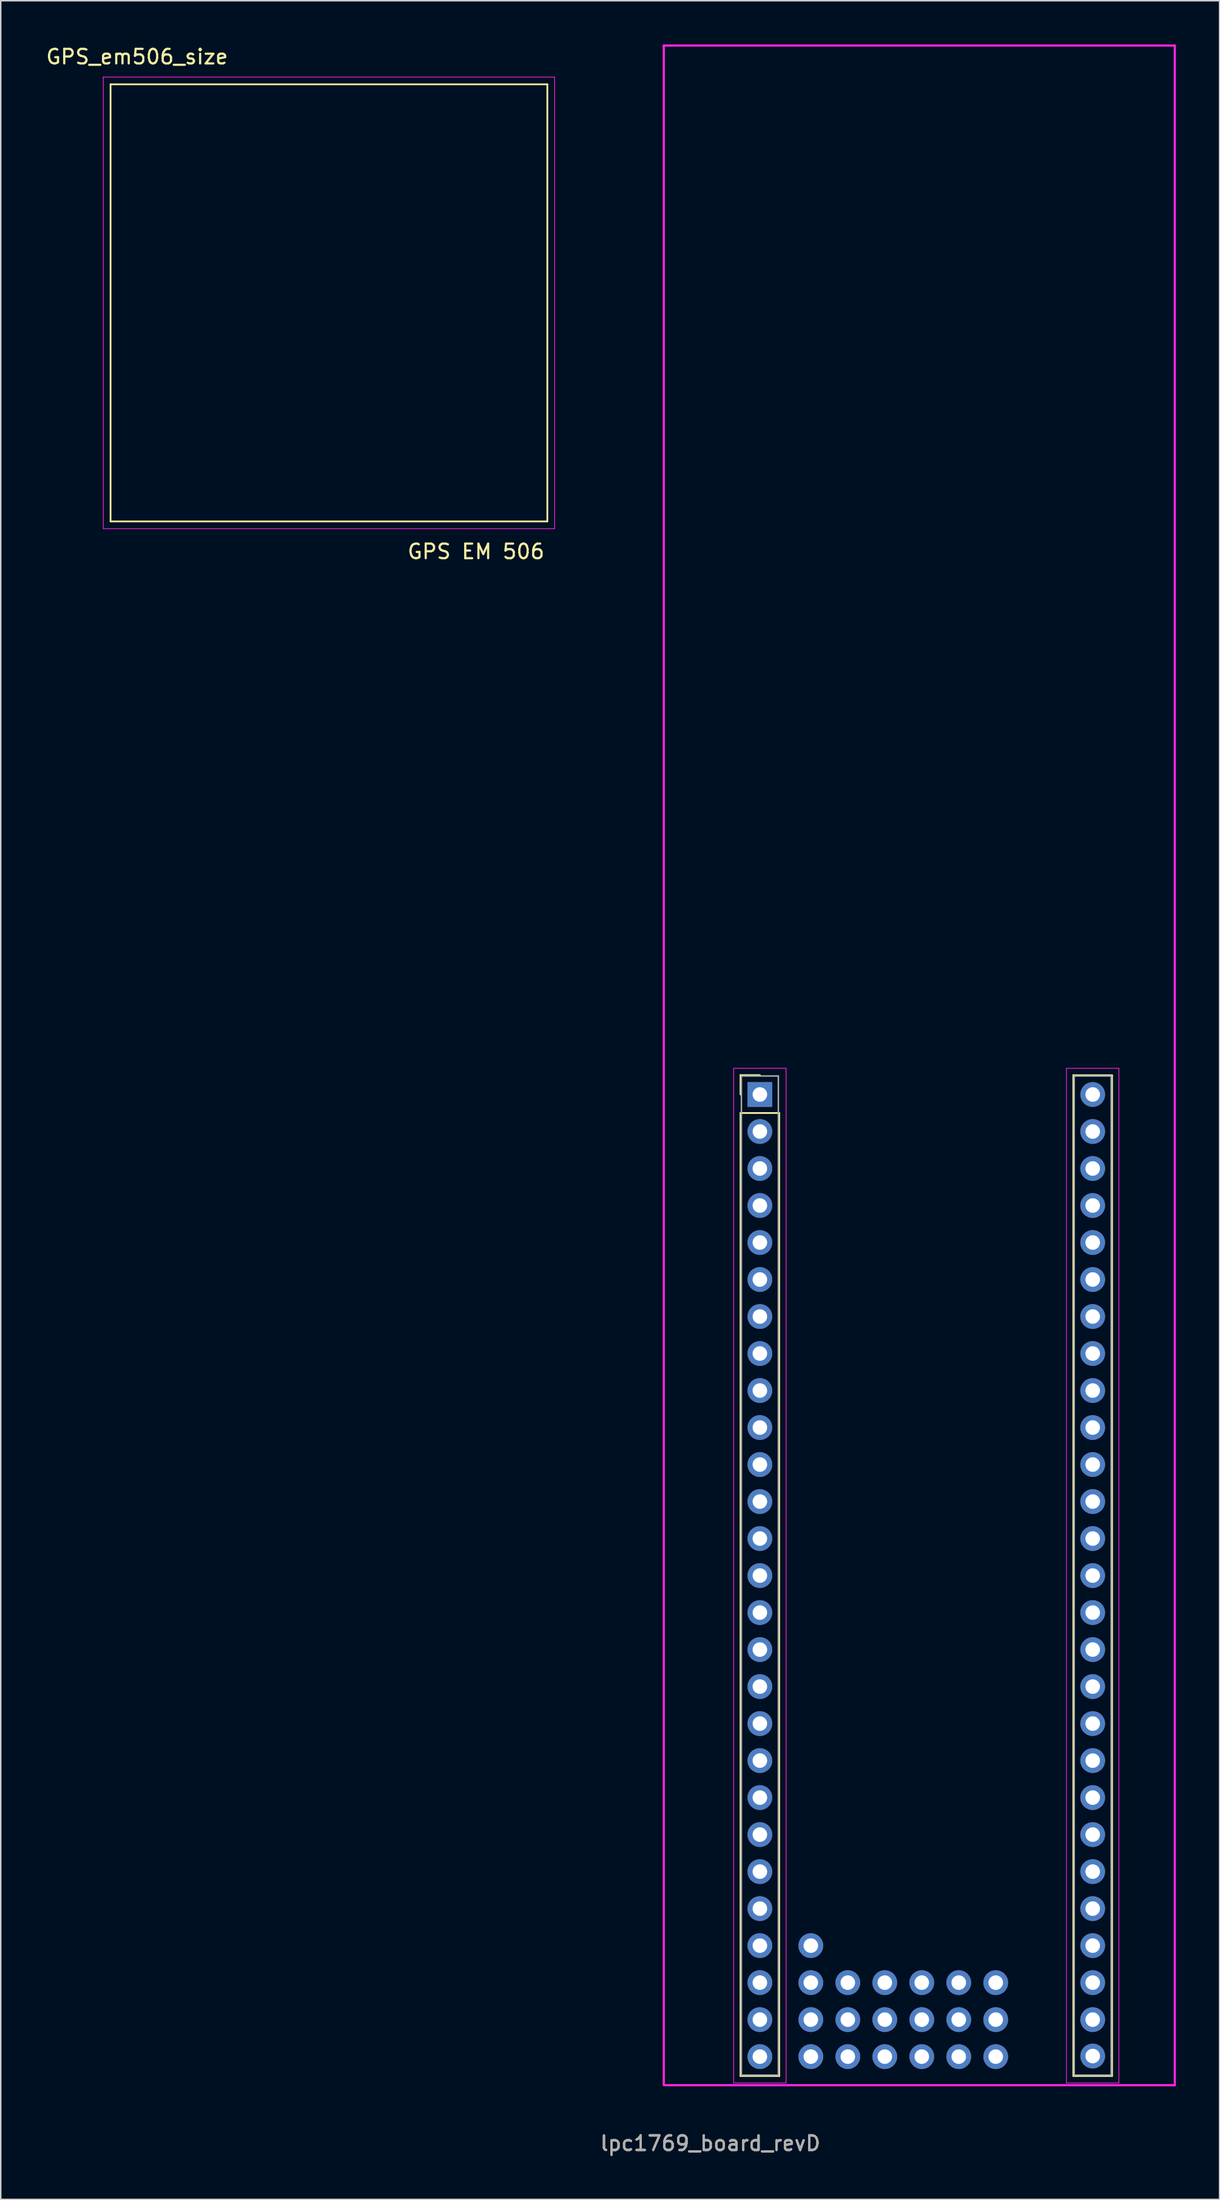
<source format=kicad_pcb>
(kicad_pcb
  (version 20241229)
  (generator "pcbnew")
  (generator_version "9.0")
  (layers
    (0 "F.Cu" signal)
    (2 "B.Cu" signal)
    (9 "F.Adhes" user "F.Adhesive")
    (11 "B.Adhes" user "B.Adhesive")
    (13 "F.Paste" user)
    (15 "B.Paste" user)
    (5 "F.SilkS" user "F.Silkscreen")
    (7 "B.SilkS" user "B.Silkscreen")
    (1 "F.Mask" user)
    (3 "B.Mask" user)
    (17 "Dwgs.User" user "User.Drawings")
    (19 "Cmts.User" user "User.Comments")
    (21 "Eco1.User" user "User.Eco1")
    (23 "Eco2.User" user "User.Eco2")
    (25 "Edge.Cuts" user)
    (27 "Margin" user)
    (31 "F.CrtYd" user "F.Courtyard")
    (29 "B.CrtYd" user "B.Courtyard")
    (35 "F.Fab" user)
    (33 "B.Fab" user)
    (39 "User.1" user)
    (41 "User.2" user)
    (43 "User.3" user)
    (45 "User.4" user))
  (footprint "lpc1769_board_revD"
    (layer "F.Cu")
    (at 49.141 72.075)
    (property "Reference" "lpc1769_board_revD" (at -3.4 71.99 0) (layer "F.SilkS") (effects (font (size 1 1) (thickness 0.15))))
    (attr through_hole)
    (fp_line (start -1.33 -1.33) (end 0 -1.33) (stroke (width 0.12) (type solid)) (layer "F.SilkS"))
    (fp_line (start -1.33 0) (end -1.33 -1.33) (stroke (width 0.12) (type solid)) (layer "F.SilkS"))
    (fp_line (start -1.33 1.27) (end -1.33 67.37) (stroke (width 0.12) (type solid)) (layer "F.SilkS"))
    (fp_line (start -1.33 67.37) (end 1.33 67.37) (stroke (width 0.12) (type solid)) (layer "F.SilkS"))
    (fp_line (start 1.33 1.27) (end -1.33 1.27) (stroke (width 0.12) (type solid)) (layer "F.SilkS"))
    (fp_line (start 1.33 67.37) (end 1.33 1.27) (stroke (width 0.12) (type solid)) (layer "F.SilkS"))
    (fp_line (start 21.53 1.27) (end 21.53 67.37) (stroke (width 0.12) (type solid)) (layer "F.SilkS"))
    (fp_line (start 21.53 1.29) (end 21.53 -1.33) (stroke (width 0.12) (type solid)) (layer "F.SilkS"))
    (fp_line (start 21.53 67.37) (end 24.19 67.37) (stroke (width 0.12) (type solid)) (layer "F.SilkS"))
    (fp_line (start 24.19 -1.32) (end 21.53 -1.32) (stroke (width 0.12) (type solid)) (layer "F.SilkS"))
    (fp_line (start 24.19 67.37) (end 24.19 -1.32) (stroke (width 0.12) (type solid)) (layer "F.SilkS"))
    (fp_line (start -6.6 -72) (end -6.6 68) (stroke (width 0.15) (type solid)) (layer "F.CrtYd"))
    (fp_line (start -6.6 -72) (end 28.5 -72) (stroke (width 0.15) (type solid)) (layer "F.CrtYd"))
    (fp_line (start -6.5 68) (end 28.5 68) (stroke (width 0.15) (type solid)) (layer "F.CrtYd"))
    (fp_line (start -1.8 -1.8) (end -1.8 67.85) (stroke (width 0.05) (type solid)) (layer "F.CrtYd"))
    (fp_line (start -1.8 67.85) (end 1.8 67.85) (stroke (width 0.05) (type solid)) (layer "F.CrtYd"))
    (fp_line (start 1.8 -1.8) (end -1.8 -1.8) (stroke (width 0.05) (type solid)) (layer "F.CrtYd"))
    (fp_line (start 1.8 67.85) (end 1.8 -1.8) (stroke (width 0.05) (type solid)) (layer "F.CrtYd"))
    (fp_line (start 21.06 -1.8) (end 21.06 67.85) (stroke (width 0.05) (type solid)) (layer "F.CrtYd"))
    (fp_line (start 21.06 67.85) (end 24.66 67.85) (stroke (width 0.05) (type solid)) (layer "F.CrtYd"))
    (fp_line (start 24.66 -1.8) (end 21.06 -1.8) (stroke (width 0.05) (type solid)) (layer "F.CrtYd"))
    (fp_line (start 24.66 67.85) (end 24.66 -1.8) (stroke (width 0.05) (type solid)) (layer "F.CrtYd"))
    (fp_line (start 28.5 -72) (end 28.5 68) (stroke (width 0.15) (type solid)) (layer "F.CrtYd"))
    (fp_line (start -1.27 -1.27) (end -1.27 67.31) (stroke (width 0.1) (type solid)) (layer "F.Fab"))
    (fp_line (start -1.27 67.31) (end 1.27 67.31) (stroke (width 0.1) (type solid)) (layer "F.Fab"))
    (fp_line (start 1.27 -1.27) (end -1.27 -1.27) (stroke (width 0.1) (type solid)) (layer "F.Fab"))
    (fp_line (start 1.27 67.31) (end 1.27 -1.27) (stroke (width 0.1) (type solid)) (layer "F.Fab"))
    (fp_line (start 21.59 -1.27) (end 21.59 67.31) (stroke (width 0.1) (type solid)) (layer "F.Fab"))
    (fp_line (start 21.59 67.31) (end 24.13 67.31) (stroke (width 0.1) (type solid)) (layer "F.Fab"))
    (fp_line (start 24.13 -1.27) (end 21.59 -1.27) (stroke (width 0.1) (type solid)) (layer "F.Fab"))
    (fp_line (start 24.13 67.31) (end 24.13 -1.27) (stroke (width 0.1) (type solid)) (layer "F.Fab"))
    (fp_text user "${REFERENCE}" (at -3.4 71.99 0) (layer "F.Fab") (effects (font (size 1 1) (thickness 0.15))))
    (fp_text user "${REFERENCE}" (at -3.4 71.99 0) (layer "F.Fab") (effects (font (size 1 1) (thickness 0.15))))
    (pad "J-1" thru_hole rect (at 0 0) (size 1.7 1.7) (drill 1) (layers "*.Cu" "*.Mask"))
    (pad "J-2" thru_hole oval (at 0 2.54) (size 1.7 1.7) (drill 1) (layers "*.Cu" "*.Mask"))
    (pad "J-3" thru_hole oval (at 0 5.08) (size 1.7 1.7) (drill 1) (layers "*.Cu" "*.Mask"))
    (pad "J-4" thru_hole oval (at 0 7.62) (size 1.7 1.7) (drill 1) (layers "*.Cu" "*.Mask"))
    (pad "J-5" thru_hole oval (at 0 10.16) (size 1.7 1.7) (drill 1) (layers "*.Cu" "*.Mask"))
    (pad "J-6" thru_hole oval (at 0 12.7) (size 1.7 1.7) (drill 1) (layers "*.Cu" "*.Mask"))
    (pad "J-7" thru_hole oval (at 0 15.24) (size 1.7 1.7) (drill 1) (layers "*.Cu" "*.Mask"))
    (pad "J-8" thru_hole oval (at 0 17.78) (size 1.7 1.7) (drill 1) (layers "*.Cu" "*.Mask"))
    (pad "J-9" thru_hole oval (at 0 20.32) (size 1.7 1.7) (drill 1) (layers "*.Cu" "*.Mask"))
    (pad "J-10" thru_hole oval (at 0 22.86) (size 1.7 1.7) (drill 1) (layers "*.Cu" "*.Mask"))
    (pad "J-11" thru_hole oval (at 0 25.4) (size 1.7 1.7) (drill 1) (layers "*.Cu" "*.Mask"))
    (pad "J-12" thru_hole oval (at 0 27.94) (size 1.7 1.7) (drill 1) (layers "*.Cu" "*.Mask"))
    (pad "J-13" thru_hole oval (at 0 30.48) (size 1.7 1.7) (drill 1) (layers "*.Cu" "*.Mask"))
    (pad "J-14" thru_hole oval (at 0 33.02) (size 1.7 1.7) (drill 1) (layers "*.Cu" "*.Mask"))
    (pad "J-15" thru_hole oval (at 0 35.56) (size 1.7 1.7) (drill 1) (layers "*.Cu" "*.Mask"))
    (pad "J-16" thru_hole oval (at 0 38.1) (size 1.7 1.7) (drill 1) (layers "*.Cu" "*.Mask"))
    (pad "J-17" thru_hole oval (at 0 40.64) (size 1.7 1.7) (drill 1) (layers "*.Cu" "*.Mask"))
    (pad "J-18" thru_hole oval (at 0 43.18) (size 1.7 1.7) (drill 1) (layers "*.Cu" "*.Mask"))
    (pad "J-19" thru_hole oval (at 0 45.72) (size 1.7 1.7) (drill 1) (layers "*.Cu" "*.Mask"))
    (pad "J-20" thru_hole oval (at 0 48.26) (size 1.7 1.7) (drill 1) (layers "*.Cu" "*.Mask"))
    (pad "J-21" thru_hole oval (at 0 50.8) (size 1.7 1.7) (drill 1) (layers "*.Cu" "*.Mask"))
    (pad "J-22" thru_hole oval (at 0 53.34) (size 1.7 1.7) (drill 1) (layers "*.Cu" "*.Mask"))
    (pad "J-23" thru_hole oval (at 0 55.88) (size 1.7 1.7) (drill 1) (layers "*.Cu" "*.Mask"))
    (pad "J-24" thru_hole oval (at 0 58.42) (size 1.7 1.7) (drill 1) (layers "*.Cu" "*.Mask"))
    (pad "J-25" thru_hole oval (at 0 60.96) (size 1.7 1.7) (drill 1) (layers "*.Cu" "*.Mask"))
    (pad "J-26" thru_hole oval (at 0 63.5) (size 1.7 1.7) (drill 1) (layers "*.Cu" "*.Mask"))
    (pad "J-27" thru_hole oval (at 0 66.04) (size 1.7 1.7) (drill 1) (layers "*.Cu" "*.Mask"))
    (pad "J-28" thru_hole circle (at 22.86 0) (size 1.7 1.7) (drill 1) (layers "*.Cu" "*.Mask"))
    (pad "J-29" thru_hole oval (at 22.86 2.54) (size 1.7 1.7) (drill 1) (layers "*.Cu" "*.Mask"))
    (pad "J-30" thru_hole oval (at 22.86 5.08) (size 1.7 1.7) (drill 1) (layers "*.Cu" "*.Mask"))
    (pad "J-31" thru_hole oval (at 22.86 7.62) (size 1.7 1.7) (drill 1) (layers "*.Cu" "*.Mask"))
    (pad "J-32" thru_hole oval (at 22.86 10.16) (size 1.7 1.7) (drill 1) (layers "*.Cu" "*.Mask"))
    (pad "J-33" thru_hole oval (at 22.86 12.7) (size 1.7 1.7) (drill 1) (layers "*.Cu" "*.Mask"))
    (pad "J-34" thru_hole oval (at 22.86 15.24) (size 1.7 1.7) (drill 1) (layers "*.Cu" "*.Mask"))
    (pad "J-35" thru_hole oval (at 22.86 17.78) (size 1.7 1.7) (drill 1) (layers "*.Cu" "*.Mask"))
    (pad "J-36" thru_hole oval (at 22.86 20.32) (size 1.7 1.7) (drill 1) (layers "*.Cu" "*.Mask"))
    (pad "J-37" thru_hole oval (at 22.86 22.86) (size 1.7 1.7) (drill 1) (layers "*.Cu" "*.Mask"))
    (pad "J-38" thru_hole oval (at 22.86 25.4) (size 1.7 1.7) (drill 1) (layers "*.Cu" "*.Mask"))
    (pad "J-39" thru_hole oval (at 22.86 27.94) (size 1.7 1.7) (drill 1) (layers "*.Cu" "*.Mask"))
    (pad "J-40" thru_hole oval (at 22.86 30.48) (size 1.7 1.7) (drill 1) (layers "*.Cu" "*.Mask"))
    (pad "J-41" thru_hole oval (at 22.86 33.02) (size 1.7 1.7) (drill 1) (layers "*.Cu" "*.Mask"))
    (pad "J-42" thru_hole oval (at 22.86 35.56) (size 1.7 1.7) (drill 1) (layers "*.Cu" "*.Mask"))
    (pad "J-43" thru_hole oval (at 22.86 38.1) (size 1.7 1.7) (drill 1) (layers "*.Cu" "*.Mask"))
    (pad "J-44" thru_hole oval (at 22.86 40.64) (size 1.7 1.7) (drill 1) (layers "*.Cu" "*.Mask"))
    (pad "J-45" thru_hole oval (at 22.86 43.18) (size 1.7 1.7) (drill 1) (layers "*.Cu" "*.Mask"))
    (pad "J-46" thru_hole oval (at 22.86 45.72) (size 1.7 1.7) (drill 1) (layers "*.Cu" "*.Mask"))
    (pad "J-47" thru_hole oval (at 22.86 48.26) (size 1.7 1.7) (drill 1) (layers "*.Cu" "*.Mask"))
    (pad "J-48" thru_hole oval (at 22.86 50.8) (size 1.7 1.7) (drill 1) (layers "*.Cu" "*.Mask"))
    (pad "J-49" thru_hole oval (at 22.86 53.34) (size 1.7 1.7) (drill 1) (layers "*.Cu" "*.Mask"))
    (pad "J-50" thru_hole oval (at 22.86 55.88) (size 1.7 1.7) (drill 1) (layers "*.Cu" "*.Mask"))
    (pad "J-51" thru_hole oval (at 22.86 58.42) (size 1.7 1.7) (drill 1) (layers "*.Cu" "*.Mask"))
    (pad "J-52" thru_hole oval (at 22.86 60.96) (size 1.7 1.7) (drill 1) (layers "*.Cu" "*.Mask"))
    (pad "J-53" thru_hole oval (at 22.86 63.5) (size 1.7 1.7) (drill 1) (layers "*.Cu" "*.Mask"))
    (pad "J-54" thru_hole oval (at 22.86 66) (size 1.7 1.7) (drill 1) (layers "*.Cu" "*.Mask"))
    (pad "PD1" thru_hole oval (at 3.5 58.42) (size 1.7 1.7) (drill 1) (layers "*.Cu" "*.Mask"))
    (pad "PD2" thru_hole oval (at 3.5 60.96) (size 1.7 1.7) (drill 1) (layers "*.Cu" "*.Mask"))
    (pad "PD3" thru_hole oval (at 6.04 60.96) (size 1.7 1.7) (drill 1) (layers "*.Cu" "*.Mask"))
    (pad "PD4" thru_hole oval (at 8.58 60.96) (size 1.7 1.7) (drill 1) (layers "*.Cu" "*.Mask"))
    (pad "PD5" thru_hole oval (at 11.12 60.96) (size 1.7 1.7) (drill 1) (layers "*.Cu" "*.Mask"))
    (pad "PD6" thru_hole oval (at 13.66 60.96) (size 1.7 1.7) (drill 1) (layers "*.Cu" "*.Mask"))
    (pad "PD7" thru_hole oval (at 16.2 60.96) (size 1.7 1.7) (drill 1) (layers "*.Cu" "*.Mask"))
    (pad "PD8" thru_hole oval (at 3.5 63.5) (size 1.7 1.7) (drill 1) (layers "*.Cu" "*.Mask"))
    (pad "PD9" thru_hole oval (at 6.04 63.5) (size 1.7 1.7) (drill 1) (layers "*.Cu" "*.Mask"))
    (pad "PD10" thru_hole oval (at 8.58 63.5) (size 1.7 1.7) (drill 1) (layers "*.Cu" "*.Mask"))
    (pad "PD11" thru_hole oval (at 11.12 63.5) (size 1.7 1.7) (drill 1) (layers "*.Cu" "*.Mask"))
    (pad "PD12" thru_hole oval (at 13.66 63.5) (size 1.7 1.7) (drill 1) (layers "*.Cu" "*.Mask"))
    (pad "PD13" thru_hole oval (at 16.2 63.5) (size 1.7 1.7) (drill 1) (layers "*.Cu" "*.Mask"))
    (pad "PD14" thru_hole oval (at 3.5 66.04) (size 1.7 1.7) (drill 1) (layers "*.Cu" "*.Mask"))
    (pad "PD15" thru_hole oval (at 6.04 66.04) (size 1.7 1.7) (drill 1) (layers "*.Cu" "*.Mask"))
    (pad "PD16" thru_hole oval (at 8.58 66.04) (size 1.7 1.7) (drill 1) (layers "*.Cu" "*.Mask"))
    (pad "PD17" thru_hole oval (at 11.12 66.04) (size 1.7 1.7) (drill 1) (layers "*.Cu" "*.Mask"))
    (pad "PD18" thru_hole oval (at 13.66 66.04) (size 1.7 1.7) (drill 1) (layers "*.Cu" "*.Mask"))
    (pad "PD19" thru_hole oval (at 16.2 66.04) (size 1.7 1.7) (drill 1) (layers "*.Cu" "*.Mask")))
  (footprint "GPS_em506_size"
    (layer "F.Cu")
    (at 4.543 2.738)
    (property "Reference" "GPS_em506_size" (at 1.82 -1.89 0) (layer "F.SilkS") (effects (font (size 1 1) (thickness 0.15))))
    (attr through_hole)
    (fp_line (start 0 0) (end 30 0) (stroke (width 0.12) (type solid)) (layer "F.SilkS"))
    (fp_line (start 0 30) (end 0 0) (stroke (width 0.12) (type solid)) (layer "F.SilkS"))
    (fp_line (start 30 0) (end 30 30) (stroke (width 0.12) (type solid)) (layer "F.SilkS"))
    (fp_line (start 30 30) (end 0 30) (stroke (width 0.12) (type solid)) (layer "F.SilkS"))
    (fp_line (start -0.5 -0.5) (end 30.5 -0.5) (stroke (width 0.05) (type solid)) (layer "F.CrtYd"))
    (fp_line (start -0.5 30.5) (end -0.5 -0.5) (stroke (width 0.05) (type solid)) (layer "F.CrtYd"))
    (fp_line (start 30.5 -0.5) (end 30.5 30.5) (stroke (width 0.05) (type solid)) (layer "F.CrtYd"))
    (fp_line (start 30.5 30.5) (end -0.5 30.5) (stroke (width 0.05) (type solid)) (layer "F.CrtYd"))
    (fp_text user "GPS EM 506" (at 25.1 32.07 0) (layer "F.SilkS") (effects (font (size 1 1) (thickness 0.15)))))
  (gr_rect
    (start -3 -3)
    (end 80.716 147.913)
    (stroke (width 0.1) (type default))
    (fill no)
    (layer "Edge.Cuts")))
</source>
